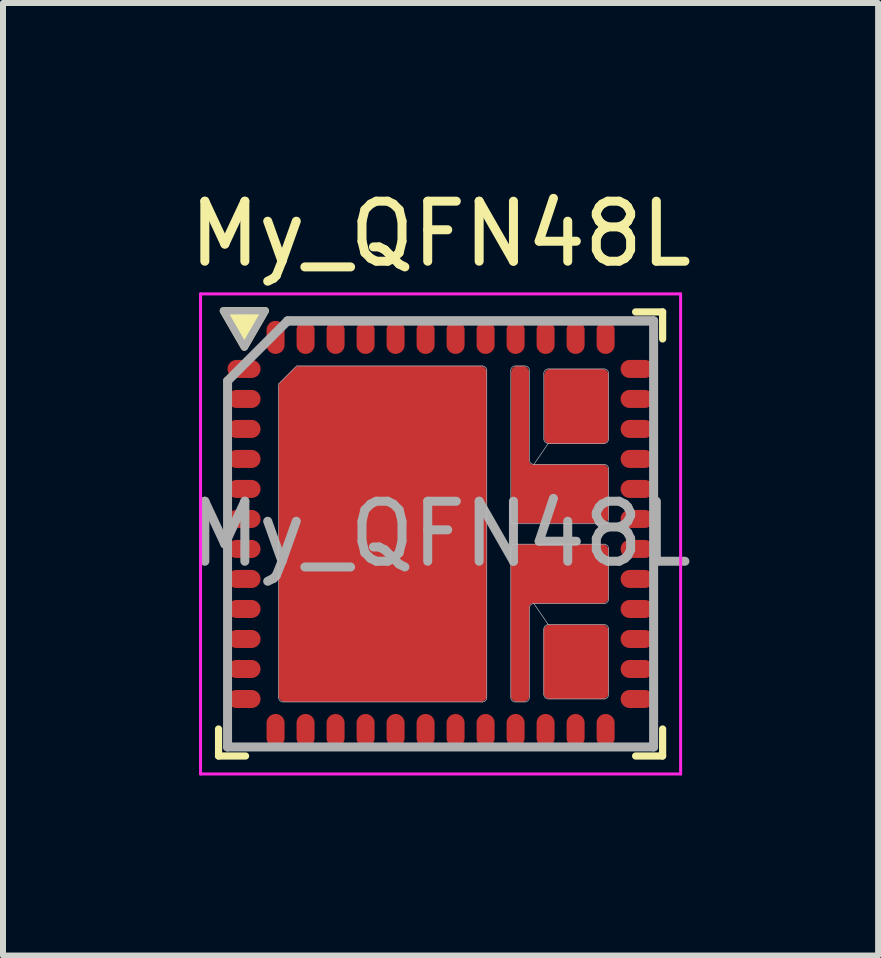
<source format=kicad_pcb>
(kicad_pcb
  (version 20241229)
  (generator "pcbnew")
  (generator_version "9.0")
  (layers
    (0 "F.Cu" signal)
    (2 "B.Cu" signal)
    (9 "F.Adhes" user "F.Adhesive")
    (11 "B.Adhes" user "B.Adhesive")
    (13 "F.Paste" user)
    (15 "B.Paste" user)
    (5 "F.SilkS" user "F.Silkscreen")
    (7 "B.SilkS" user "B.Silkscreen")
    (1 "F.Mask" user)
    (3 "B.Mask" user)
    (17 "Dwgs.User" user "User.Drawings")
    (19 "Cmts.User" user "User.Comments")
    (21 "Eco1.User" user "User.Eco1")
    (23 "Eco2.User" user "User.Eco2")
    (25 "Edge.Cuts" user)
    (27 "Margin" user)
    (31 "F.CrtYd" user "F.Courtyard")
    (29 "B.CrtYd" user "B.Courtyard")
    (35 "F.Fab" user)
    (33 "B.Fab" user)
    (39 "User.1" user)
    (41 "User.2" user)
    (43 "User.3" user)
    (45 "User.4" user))
  (footprint "My_QFN48L"
    (layer "F.Cu")
    (at 4.292 5.848)
    (property "Reference" "My_QFN48L" (at 0 -5 0) (layer "F.SilkS") (effects (font (size 1 1) (thickness 0.15))))
    (attr smd)
    (fp_line (start -3.7 3.7) (end -3.7 3.25) (stroke (width 0.12) (type default)) (layer "F.SilkS"))
    (fp_line (start -3.25 3.7) (end -3.7 3.7) (stroke (width 0.12) (type default)) (layer "F.SilkS"))
    (fp_line (start 3.25 -3.7) (end 3.7 -3.7) (stroke (width 0.12) (type default)) (layer "F.SilkS"))
    (fp_line (start 3.25 3.7) (end 3.7 3.7) (stroke (width 0.12) (type default)) (layer "F.SilkS"))
    (fp_line (start 3.7 -3.7) (end 3.7 -3.25) (stroke (width 0.12) (type default)) (layer "F.SilkS"))
    (fp_line (start 3.7 3.7) (end 3.7 3.25) (stroke (width 0.12) (type default)) (layer "F.SilkS"))
    (fp_poly (pts (xy -3.27 -3.113) (xy -2.92 -3.719) (xy -3.62 -3.719) (xy -3.27 -3.113)) (stroke (width 0.12) (type solid)) (fill yes) (layer "F.SilkS"))
    (fp_line (start -2.7 -2.5) (end -2.7 2.725) (stroke (width 0.01) (type default)) (layer "Dwgs.User"))
    (fp_line (start -2.625 2.8) (end 0.695 2.8) (stroke (width 0.01) (type default)) (layer "Dwgs.User"))
    (fp_line (start -2.4 -2.8) (end -2.7 -2.5) (stroke (width 0.01) (type default)) (layer "Dwgs.User"))
    (fp_line (start 0.695 -2.8) (end -2.4 -2.8) (stroke (width 0.01) (type default)) (layer "Dwgs.User"))
    (fp_line (start 0.77 2.725) (end 0.77 -2.725) (stroke (width 0.01) (type default)) (layer "Dwgs.User"))
    (fp_line (start 1.17 -2.725) (end 1.17 -0.245) (stroke (width 0.01) (type default)) (layer "Dwgs.User"))
    (fp_line (start 1.17 2.725) (end 1.17 0.245) (stroke (width 0.01) (type default)) (layer "Dwgs.User"))
    (fp_line (start 1.245 -0.17) (end 2.725 -0.17) (stroke (width 0.01) (type default)) (layer "Dwgs.User"))
    (fp_line (start 1.246 0.17) (end 2.725 0.17) (stroke (width 0.01) (type default)) (layer "Dwgs.User"))
    (fp_line (start 1.405 2.8) (end 1.245 2.8) (stroke (width 0.01) (type default)) (layer "Dwgs.User"))
    (fp_line (start 1.405 -2.8) (end 1.244 -2.8) (stroke (width 0.01) (type default)) (layer "Dwgs.User"))
    (fp_line (start 1.48 -1.235) (end 1.48 -2.725) (stroke (width 0.01) (type default)) (layer "Dwgs.User"))
    (fp_line (start 1.48 1.235) (end 1.48 2.725) (stroke (width 0.01) (type default)) (layer "Dwgs.User"))
    (fp_line (start 1.554 1.16) (end 1.795 1.51) (stroke (width 0.01) (type default)) (layer "Dwgs.User"))
    (fp_line (start 1.555 -1.16) (end 1.795 -1.51) (stroke (width 0.01) (type default)) (layer "Dwgs.User"))
    (fp_line (start 1.72 -2.675) (end 1.72 -1.585) (stroke (width 0.01) (type default)) (layer "Dwgs.User"))
    (fp_line (start 1.72 2.675) (end 1.72 1.585) (stroke (width 0.01) (type default)) (layer "Dwgs.User"))
    (fp_line (start 1.795 -1.51) (end 2.725 -1.51) (stroke (width 0.01) (type default)) (layer "Dwgs.User"))
    (fp_line (start 1.795 1.51) (end 2.725 1.51) (stroke (width 0.01) (type default)) (layer "Dwgs.User"))
    (fp_line (start 2.725 1.16) (end 1.554 1.16) (stroke (width 0.01) (type default)) (layer "Dwgs.User"))
    (fp_line (start 2.725 2.75) (end 1.795 2.75) (stroke (width 0.01) (type default)) (layer "Dwgs.User"))
    (fp_line (start 2.725 -2.75) (end 1.794 -2.75) (stroke (width 0.01) (type default)) (layer "Dwgs.User"))
    (fp_line (start 2.725 -1.16) (end 1.555 -1.16) (stroke (width 0.01) (type default)) (layer "Dwgs.User"))
    (fp_line (start 2.8 -1.585) (end 2.8 -2.675) (stroke (width 0.01) (type default)) (layer "Dwgs.User"))
    (fp_line (start 2.8 -0.245) (end 2.8 -1.085) (stroke (width 0.01) (type default)) (layer "Dwgs.User"))
    (fp_line (start 2.8 0.245) (end 2.8 1.085) (stroke (width 0.01) (type default)) (layer "Dwgs.User"))
    (fp_line (start 2.8 1.585) (end 2.8 2.675) (stroke (width 0.01) (type default)) (layer "Dwgs.User"))
    (fp_arc (start -2.624996 2.8) (mid -2.67803 2.778032) (end -2.7 2.724998) (stroke (width 0.01) (type default)) (layer "Dwgs.User"))
    (fp_arc (start 0.695004 -2.8) (mid 0.748036 -2.778034) (end 0.77 -2.725002) (stroke (width 0.01) (type default)) (layer "Dwgs.User"))
    (fp_arc (start 0.77 2.724998) (mid 0.748033 2.77803) (end 0.695 2.8) (stroke (width 0.01) (type default)) (layer "Dwgs.User"))
    (fp_arc (start 1.17 -2.725002) (mid 1.191607 -2.777675) (end 1.24398 -2.8) (stroke (width 0.01) (type default)) (layer "Dwgs.User"))
    (fp_arc (start 1.17 0.244998) (mid 1.192304 0.191628) (end 1.245952 0.17) (stroke (width 0.01) (type default)) (layer "Dwgs.User"))
    (fp_arc (start 1.245004 -0.17) (mid 1.19197 -0.191968) (end 1.17 -0.245002) (stroke (width 0.01) (type default)) (layer "Dwgs.User"))
    (fp_arc (start 1.245004 2.8) (mid 1.19197 2.778032) (end 1.17 2.724998) (stroke (width 0.01) (type default)) (layer "Dwgs.User"))
    (fp_arc (start 1.405004 -2.8) (mid 1.458036 -2.778034) (end 1.48 -2.725002) (stroke (width 0.01) (type default)) (layer "Dwgs.User"))
    (fp_arc (start 1.48 1.234998) (mid 1.501607 1.182325) (end 1.55398 1.16) (stroke (width 0.01) (type default)) (layer "Dwgs.User"))
    (fp_arc (start 1.48 2.724998) (mid 1.458033 2.77803) (end 1.405 2.8) (stroke (width 0.01) (type default)) (layer "Dwgs.User"))
    (fp_arc (start 1.555004 -1.16) (mid 1.50197 -1.181968) (end 1.48 -1.235002) (stroke (width 0.01) (type default)) (layer "Dwgs.User"))
    (fp_arc (start 1.72 -2.675002) (mid 1.741607 -2.727675) (end 1.79398 -2.75) (stroke (width 0.01) (type default)) (layer "Dwgs.User"))
    (fp_arc (start 1.72 1.584998) (mid 1.741967 1.531964) (end 1.795 1.51) (stroke (width 0.01) (type default)) (layer "Dwgs.User"))
    (fp_arc (start 1.795 -1.51) (mid 1.741968 -1.531969) (end 1.72 -1.585002) (stroke (width 0.01) (type default)) (layer "Dwgs.User"))
    (fp_arc (start 1.795004 2.75) (mid 1.74197 2.728032) (end 1.72 2.674998) (stroke (width 0.01) (type default)) (layer "Dwgs.User"))
    (fp_arc (start 2.725004 -2.75) (mid 2.778036 -2.728034) (end 2.8 -2.675002) (stroke (width 0.01) (type default)) (layer "Dwgs.User"))
    (fp_arc (start 2.725004 -1.16) (mid 2.778036 -1.138034) (end 2.8 -1.085002) (stroke (width 0.01) (type default)) (layer "Dwgs.User"))
    (fp_arc (start 2.725004 0.17) (mid 2.778036 0.191966) (end 2.8 0.244998) (stroke (width 0.01) (type default)) (layer "Dwgs.User"))
    (fp_arc (start 2.725004 1.51) (mid 2.778036 1.531966) (end 2.8 1.584998) (stroke (width 0.01) (type default)) (layer "Dwgs.User"))
    (fp_arc (start 2.8 -1.585002) (mid 2.778033 -1.53197) (end 2.725 -1.51) (stroke (width 0.01) (type default)) (layer "Dwgs.User"))
    (fp_arc (start 2.8 -0.245002) (mid 2.778033 -0.19197) (end 2.725 -0.17) (stroke (width 0.01) (type default)) (layer "Dwgs.User"))
    (fp_arc (start 2.8 1.084998) (mid 2.778033 1.13803) (end 2.725 1.16) (stroke (width 0.01) (type default)) (layer "Dwgs.User"))
    (fp_arc (start 2.8 2.674998) (mid 2.778033 2.72803) (end 2.725 2.75) (stroke (width 0.01) (type default)) (layer "Dwgs.User"))
    (fp_line (start -4 -4) (end 4 -4) (stroke (width 0.05) (type default)) (layer "F.CrtYd"))
    (fp_line (start -4 4) (end -4 -4) (stroke (width 0.05) (type default)) (layer "F.CrtYd"))
    (fp_line (start 4 -4) (end 4 4) (stroke (width 0.05) (type default)) (layer "F.CrtYd"))
    (fp_line (start 4 4) (end -4 4) (stroke (width 0.05) (type default)) (layer "F.CrtYd"))
    (fp_line (start -3.55 -2.55) (end -3.55 3.55) (stroke (width 0.15) (type default)) (layer "F.Fab"))
    (fp_line (start -3.55 3.55) (end 3.55 3.55) (stroke (width 0.15) (type default)) (layer "F.Fab"))
    (fp_line (start -2.55 -3.55) (end -3.55 -2.55) (stroke (width 0.15) (type default)) (layer "F.Fab"))
    (fp_line (start 3.55 -3.55) (end -2.55 -3.55) (stroke (width 0.15) (type default)) (layer "F.Fab"))
    (fp_line (start 3.55 -3.55) (end -2.55 -3.55) (stroke (width 0.15) (type default)) (layer "F.Fab"))
    (fp_line (start 3.55 3.55) (end 3.55 -3.55) (stroke (width 0.15) (type default)) (layer "F.Fab"))
    (fp_poly (pts (xy -3.27 -3.113) (xy -2.92 -3.719) (xy -3.62 -3.719) (xy -3.27 -3.113)) (stroke (width 0.12) (type solid)) (fill no) (layer "F.Fab"))
    (fp_text user "${REFERENCE}" (at 0 0 0) (layer "F.Fab") (effects (font (size 1 1) (thickness 0.15))))
    (pad "1" smd oval (at -3.275 -2.75 90) (size 0.3 0.55) (layers "F.Cu" "F.Mask" "F.Paste"))
    (pad "2" smd oval (at -3.275 -2.25 90) (size 0.3 0.55) (layers "F.Cu" "F.Mask" "F.Paste"))
    (pad "3" smd oval (at -3.275 -1.75 90) (size 0.3 0.55) (layers "F.Cu" "F.Mask" "F.Paste"))
    (pad "4" smd oval (at -3.275 -1.25 90) (size 0.3 0.55) (layers "F.Cu" "F.Mask" "F.Paste"))
    (pad "5" smd oval (at -3.275 -0.75 90) (size 0.3 0.55) (layers "F.Cu" "F.Mask" "F.Paste"))
    (pad "6" smd oval (at -3.275 -0.25 90) (size 0.3 0.55) (layers "F.Cu" "F.Mask" "F.Paste"))
    (pad "7" smd oval (at -3.275 0.25 90) (size 0.3 0.55) (layers "F.Cu" "F.Mask" "F.Paste"))
    (pad "8" smd oval (at -3.275 0.75 90) (size 0.3 0.55) (layers "F.Cu" "F.Mask" "F.Paste"))
    (pad "9" smd oval (at -3.275 1.25 90) (size 0.3 0.55) (layers "F.Cu" "F.Mask" "F.Paste"))
    (pad "10" smd oval (at -3.275 1.75 90) (size 0.3 0.55) (layers "F.Cu" "F.Mask" "F.Paste"))
    (pad "11" smd oval (at -3.275 2.25 90) (size 0.3 0.55) (layers "F.Cu" "F.Mask" "F.Paste"))
    (pad "12" smd oval (at -3.275 2.75 90) (size 0.3 0.55) (layers "F.Cu" "F.Mask" "F.Paste"))
    (pad "13" smd oval (at -2.75 3.275) (size 0.3 0.55) (layers "F.Cu" "F.Mask" "F.Paste"))
    (pad "14" smd oval (at -2.25 3.275) (size 0.3 0.55) (layers "F.Cu" "F.Mask" "F.Paste"))
    (pad "15" smd oval (at -1.75 3.275) (size 0.3 0.55) (layers "F.Cu" "F.Mask" "F.Paste"))
    (pad "16" smd oval (at -1.25 3.275) (size 0.3 0.55) (layers "F.Cu" "F.Mask" "F.Paste"))
    (pad "17" smd oval (at -0.75 3.275) (size 0.3 0.55) (layers "F.Cu" "F.Mask" "F.Paste"))
    (pad "18" smd oval (at -0.25 3.275) (size 0.3 0.55) (layers "F.Cu" "F.Mask" "F.Paste"))
    (pad "19" smd oval (at 0.25 3.275) (size 0.3 0.55) (layers "F.Cu" "F.Mask" "F.Paste"))
    (pad "20" smd oval (at 0.75 3.275) (size 0.3 0.55) (layers "F.Cu" "F.Mask" "F.Paste"))
    (pad "21" smd oval (at 1.25 3.275) (size 0.3 0.55) (layers "F.Cu" "F.Mask" "F.Paste"))
    (pad "22" smd oval (at 1.75 3.275) (size 0.3 0.55) (layers "F.Cu" "F.Mask" "F.Paste"))
    (pad "23" smd oval (at 2.25 3.275) (size 0.3 0.55) (layers "F.Cu" "F.Mask" "F.Paste"))
    (pad "24" smd oval (at 2.75 3.275) (size 0.3 0.55) (layers "F.Cu" "F.Mask" "F.Paste"))
    (pad "25" smd oval (at 3.275 2.75 90) (size 0.3 0.55) (layers "F.Cu" "F.Mask" "F.Paste"))
    (pad "26" smd oval (at 3.275 2.25 90) (size 0.3 0.55) (layers "F.Cu" "F.Mask" "F.Paste"))
    (pad "27" smd oval (at 3.275 1.75 90) (size 0.3 0.55) (layers "F.Cu" "F.Mask" "F.Paste"))
    (pad "28" smd oval (at 3.275 1.25 90) (size 0.3 0.55) (layers "F.Cu" "F.Mask" "F.Paste"))
    (pad "29" smd oval (at 3.275 0.75 90) (size 0.3 0.55) (layers "F.Cu" "F.Mask" "F.Paste"))
    (pad "30" smd oval (at 3.275 0.25 90) (size 0.3 0.55) (layers "F.Cu" "F.Mask" "F.Paste"))
    (pad "31" smd oval (at 3.275 -0.25 90) (size 0.3 0.55) (layers "F.Cu" "F.Mask" "F.Paste"))
    (pad "32" smd oval (at 3.275 -0.75 90) (size 0.3 0.55) (layers "F.Cu" "F.Mask" "F.Paste"))
    (pad "33" smd oval (at 3.275 -1.25 90) (size 0.3 0.55) (layers "F.Cu" "F.Mask" "F.Paste"))
    (pad "34" smd oval (at 3.275 -1.75 90) (size 0.3 0.55) (layers "F.Cu" "F.Mask" "F.Paste"))
    (pad "35" smd oval (at 3.275 -2.25 90) (size 0.3 0.55) (layers "F.Cu" "F.Mask" "F.Paste"))
    (pad "36" smd oval (at 3.275 -2.75 90) (size 0.3 0.55) (layers "F.Cu" "F.Mask" "F.Paste"))
    (pad "37" smd oval (at 2.75 -3.275) (size 0.3 0.55) (layers "F.Cu" "F.Mask" "F.Paste"))
    (pad "38" smd oval (at 2.25 -3.275) (size 0.3 0.55) (layers "F.Cu" "F.Mask" "F.Paste"))
    (pad "39" smd oval (at 1.75 -3.275) (size 0.3 0.55) (layers "F.Cu" "F.Mask" "F.Paste"))
    (pad "40" smd oval (at 1.25 -3.275) (size 0.3 0.55) (layers "F.Cu" "F.Mask" "F.Paste"))
    (pad "41" smd oval (at 0.75 -3.275) (size 0.3 0.55) (layers "F.Cu" "F.Mask" "F.Paste"))
    (pad "42" smd oval (at 0.25 -3.275) (size 0.3 0.55) (layers "F.Cu" "F.Mask" "F.Paste"))
    (pad "43" smd oval (at -0.25 -3.275) (size 0.3 0.55) (layers "F.Cu" "F.Mask" "F.Paste"))
    (pad "44" smd oval (at -0.75 -3.275) (size 0.3 0.55) (layers "F.Cu" "F.Mask" "F.Paste"))
    (pad "45" smd oval (at -1.25 -3.275) (size 0.3 0.55) (layers "F.Cu" "F.Mask" "F.Paste"))
    (pad "46" smd oval (at -1.75 -3.275) (size 0.3 0.55) (layers "F.Cu" "F.Mask" "F.Paste"))
    (pad "47" smd oval (at -2.25 -3.275) (size 0.3 0.55) (layers "F.Cu" "F.Mask" "F.Paste"))
    (pad "48" smd oval (at -2.75 -3.275) (size 0.3 0.55) (layers "F.Cu" "F.Mask" "F.Paste"))
    (pad "49" smd custom (at -0.93 -0.375) (size 1.524 1.524) (layers "F.Cu" "F.Mask" "F.Paste") (options (anchor circle)) (primitives (gr_poly (pts (xy -1.148 0.209) (xy -1.132 0.1) (xy -1.077 -0.012) (xy -0.988 -0.101) (xy -0.876 -0.156) (xy -0.767 -0.172) (xy 0.757 -0.172) (xy 0.866 -0.156) (xy 0.978 -0.101) (xy 1.067 -0.012) (xy 1.122 0.1) (xy 1.138 0.209) (xy 1.138 0.971) (xy 1.122 1.08) (xy 1.067 1.192) (xy 0.978 1.281) (xy 0.866 1.336) (xy 0.757 1.352) (xy -0.767 1.352) (xy -0.876 1.336) (xy -0.988 1.281) (xy -1.077 1.192) (xy -1.132 1.08) (xy -1.148 0.971)) (width 0) (fill yes)) (gr_line (start 0 0) (end 0.025 -0.565) (width 0.2)) (gr_poly (pts (xy -1.67 3.075) (xy -1.67 -2.085) (xy -1.43 -2.325) (xy 1.6 -2.325) (xy 1.6 3.075)) (width 0.2) (fill yes))))
    (pad "50" smd custom (at 2.215 -2.25) (size 0.557 0.557) (layers "F.Cu" "F.Mask" "F.Paste") (options (anchor circle)) (primitives (gr_poly (pts (xy -0.344 -0.139) (xy -0.333 -0.193) (xy -0.303 -0.238) (xy -0.258 -0.268) (xy -0.205 -0.279) (xy 0.205 -0.279) (xy 0.258 -0.268) (xy 0.303 -0.238) (xy 0.333 -0.193) (xy 0.344 -0.139) (xy 0.344 0.139) (xy 0.333 0.193) (xy 0.303 0.238) (xy 0.258 0.268) (xy 0.205 0.279) (xy -0.205 0.279) (xy -0.258 0.268) (xy -0.303 0.238) (xy -0.333 0.193) (xy -0.344 0.139)) (width 0) (fill yes)) (gr_poly (pts (xy -0.39 -0.4) (xy -0.39 0.65) (xy 0.485 0.65) (xy 0.485 -0.4)) (width 0.2) (fill yes))))
    (pad "51" smd custom (at 2.065 -0.63) (size 0.716 0.716) (layers "F.Cu" "F.Mask" "F.Paste") (options (anchor circle)) (primitives (gr_poly (pts (xy -0.79 -2.07) (xy -0.69 -2.07) (xy -0.69 -0.43) (xy 0.635 -0.43) (xy 0.635 0.355) (xy -0.79 0.355)) (width 0.2) (fill yes)) (gr_arc (start -0.531937 -0.48) (mid -0.60999 -0.51353) (end -0.639453 -0.593205) (width 0.1)) (gr_poly (pts (xy -0.591 -0.179) (xy -0.577 -0.247) (xy -0.538 -0.306) (xy -0.48 -0.344) (xy -0.412 -0.358) (xy 0.412 -0.358) (xy 0.48 -0.344) (xy 0.538 -0.306) (xy 0.577 -0.247) (xy 0.591 -0.179) (xy 0.591 0.179) (xy 0.577 0.247) (xy 0.538 0.306) (xy 0.48 0.344) (xy 0.412 0.358) (xy -0.412 0.358) (xy -0.48 0.344) (xy -0.538 0.306) (xy -0.577 0.247) (xy -0.591 0.179)) (width 0) (fill yes))))
    (pad "52" smd custom (at 2.07 0.61) (size 0.707 0.707) (layers "F.Cu" "F.Mask" "F.Paste") (options (anchor circle)) (primitives (gr_poly (pts (xy -0.439 -0.177) (xy -0.426 -0.244) (xy -0.387 -0.302) (xy -0.33 -0.34) (xy -0.262 -0.353) (xy 0.262 -0.353) (xy 0.33 -0.34) (xy 0.387 -0.302) (xy 0.426 -0.244) (xy 0.439 -0.177) (xy 0.439 0.177) (xy 0.426 0.244) (xy 0.387 0.302) (xy 0.33 0.34) (xy 0.262 0.353) (xy -0.262 0.353) (xy -0.33 0.34) (xy -0.387 0.302) (xy -0.426 0.244) (xy -0.439 0.177)) (width 0) (fill yes)) (gr_poly (pts (xy -0.8 2.09) (xy -0.8 -0.34) (xy 0.63 -0.34) (xy 0.63 0.45) (xy -0.69 0.45) (xy -0.69 2.09)) (width 0.2) (fill yes)) (gr_arc (start -0.64 0.60694) (mid -0.608287 0.530162) (end -0.530493 0.500979) (width 0.1))))
    (pad "53" smd custom (at 2.26 2.13) (size 0.772 0.772) (layers "F.Cu" "F.Mask" "F.Paste") (options (anchor circle)) (primitives (gr_poly (pts (xy -0.491 -0.193) (xy -0.477 -0.267) (xy -0.435 -0.329) (xy -0.372 -0.371) (xy -0.298 -0.386) (xy 0.298 -0.386) (xy 0.372 -0.371) (xy 0.435 -0.329) (xy 0.477 -0.267) (xy 0.491 -0.193) (xy 0.491 0.193) (xy 0.477 0.267) (xy 0.435 0.329) (xy 0.372 0.371) (xy 0.298 0.386) (xy -0.298 0.386) (xy -0.372 0.371) (xy -0.435 0.329) (xy -0.477 0.267) (xy -0.491 0.193)) (width 0) (fill yes)) (gr_poly (pts (xy -0.445 0.52) (xy -0.445 -0.52) (xy 0.44 -0.52) (xy 0.44 0.52)) (width 0.2) (fill yes)))))
  (gr_rect
    (start -3 -3)
    (end 11.583 12.873)
    (stroke (width 0.1) (type default))
    (fill no)
    (layer "Edge.Cuts")))
</source>
